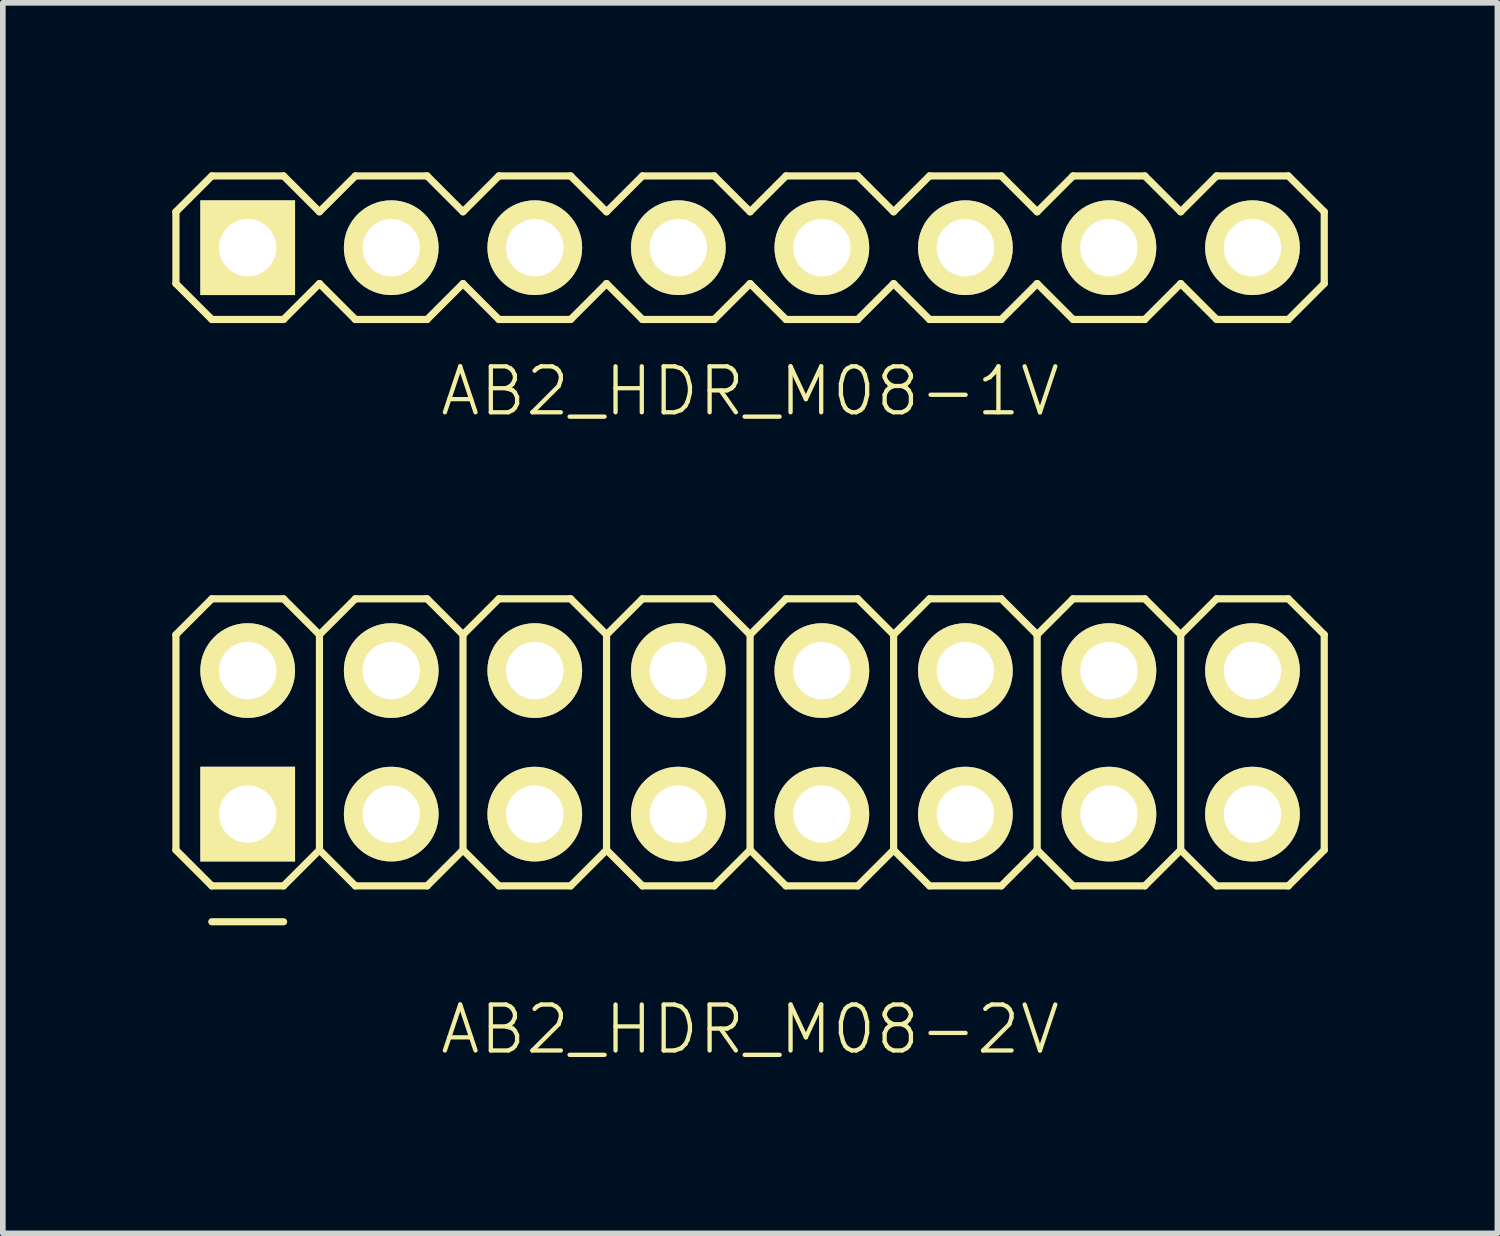
<source format=kicad_pcb>
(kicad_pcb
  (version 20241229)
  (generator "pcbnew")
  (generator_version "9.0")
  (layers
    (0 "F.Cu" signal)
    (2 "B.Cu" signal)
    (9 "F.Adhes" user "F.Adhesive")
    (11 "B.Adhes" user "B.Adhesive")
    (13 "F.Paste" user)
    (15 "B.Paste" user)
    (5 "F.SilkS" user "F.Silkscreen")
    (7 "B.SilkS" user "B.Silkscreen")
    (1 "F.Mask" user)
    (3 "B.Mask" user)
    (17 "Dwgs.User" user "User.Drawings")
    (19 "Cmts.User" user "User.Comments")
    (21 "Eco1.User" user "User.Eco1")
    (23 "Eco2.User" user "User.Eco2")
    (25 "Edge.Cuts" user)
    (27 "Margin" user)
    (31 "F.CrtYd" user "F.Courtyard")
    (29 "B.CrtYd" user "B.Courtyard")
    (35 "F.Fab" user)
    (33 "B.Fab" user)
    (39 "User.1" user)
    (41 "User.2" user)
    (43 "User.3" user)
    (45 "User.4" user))
  (footprint "AB2_HDR_M08-2V"
    (layer "F.Cu")
    (at 10.223 10.086)
    (property "Reference" "AB2_HDR_M08-2V" (at 0 5.08 0) (layer "F.SilkS") (effects (font (size 0.813 0.813) (thickness 0.076))))
    (attr through_hole)
    (fp_line (start -10.16 -1.905) (end -9.525 -2.54) (stroke (width 0.127) (type solid)) (layer "F.SilkS"))
    (fp_line (start -10.16 1.905) (end -10.16 -1.905) (stroke (width 0.127) (type solid)) (layer "F.SilkS"))
    (fp_line (start -9.525 -2.54) (end -8.255 -2.54) (stroke (width 0.127) (type solid)) (layer "F.SilkS"))
    (fp_line (start -9.525 2.54) (end -10.16 1.905) (stroke (width 0.127) (type solid)) (layer "F.SilkS"))
    (fp_line (start -9.525 3.175) (end -8.255 3.175) (stroke (width 0.127) (type solid)) (layer "F.SilkS"))
    (fp_line (start -8.255 -2.54) (end -7.62 -1.905) (stroke (width 0.127) (type solid)) (layer "F.SilkS"))
    (fp_line (start -8.255 2.54) (end -9.525 2.54) (stroke (width 0.127) (type solid)) (layer "F.SilkS"))
    (fp_line (start -7.62 -1.905) (end -7.62 1.905) (stroke (width 0.127) (type solid)) (layer "F.SilkS"))
    (fp_line (start -7.62 -1.905) (end -6.985 -2.54) (stroke (width 0.127) (type solid)) (layer "F.SilkS"))
    (fp_line (start -7.62 1.905) (end -8.255 2.54) (stroke (width 0.127) (type solid)) (layer "F.SilkS"))
    (fp_line (start -6.985 -2.54) (end -5.715 -2.54) (stroke (width 0.127) (type solid)) (layer "F.SilkS"))
    (fp_line (start -6.985 2.54) (end -7.62 1.905) (stroke (width 0.127) (type solid)) (layer "F.SilkS"))
    (fp_line (start -5.715 -2.54) (end -5.08 -1.905) (stroke (width 0.127) (type solid)) (layer "F.SilkS"))
    (fp_line (start -5.715 2.54) (end -6.985 2.54) (stroke (width 0.127) (type solid)) (layer "F.SilkS"))
    (fp_line (start -5.08 -1.905) (end -5.08 1.905) (stroke (width 0.127) (type solid)) (layer "F.SilkS"))
    (fp_line (start -5.08 -1.905) (end -4.445 -2.54) (stroke (width 0.127) (type solid)) (layer "F.SilkS"))
    (fp_line (start -5.08 1.905) (end -5.715 2.54) (stroke (width 0.127) (type solid)) (layer "F.SilkS"))
    (fp_line (start -4.445 -2.54) (end -3.175 -2.54) (stroke (width 0.127) (type solid)) (layer "F.SilkS"))
    (fp_line (start -4.445 2.54) (end -5.08 1.905) (stroke (width 0.127) (type solid)) (layer "F.SilkS"))
    (fp_line (start -3.175 -2.54) (end -2.54 -1.905) (stroke (width 0.127) (type solid)) (layer "F.SilkS"))
    (fp_line (start -3.175 2.54) (end -4.445 2.54) (stroke (width 0.127) (type solid)) (layer "F.SilkS"))
    (fp_line (start -2.54 -1.905) (end -2.54 1.905) (stroke (width 0.127) (type solid)) (layer "F.SilkS"))
    (fp_line (start -2.54 -1.905) (end -1.905 -2.54) (stroke (width 0.127) (type solid)) (layer "F.SilkS"))
    (fp_line (start -2.54 1.905) (end -3.175 2.54) (stroke (width 0.127) (type solid)) (layer "F.SilkS"))
    (fp_line (start -1.905 -2.54) (end -0.635 -2.54) (stroke (width 0.127) (type solid)) (layer "F.SilkS"))
    (fp_line (start -1.905 2.54) (end -2.54 1.905) (stroke (width 0.127) (type solid)) (layer "F.SilkS"))
    (fp_line (start -0.635 -2.54) (end 0 -1.905) (stroke (width 0.127) (type solid)) (layer "F.SilkS"))
    (fp_line (start -0.635 2.54) (end -1.905 2.54) (stroke (width 0.127) (type solid)) (layer "F.SilkS"))
    (fp_line (start 0 -1.905) (end 0 1.905) (stroke (width 0.127) (type solid)) (layer "F.SilkS"))
    (fp_line (start 0 -1.905) (end 0.635 -2.54) (stroke (width 0.127) (type solid)) (layer "F.SilkS"))
    (fp_line (start 0 1.905) (end -0.635 2.54) (stroke (width 0.127) (type solid)) (layer "F.SilkS"))
    (fp_line (start 0.635 -2.54) (end 1.905 -2.54) (stroke (width 0.127) (type solid)) (layer "F.SilkS"))
    (fp_line (start 0.635 2.54) (end 0 1.905) (stroke (width 0.127) (type solid)) (layer "F.SilkS"))
    (fp_line (start 1.905 -2.54) (end 2.54 -1.905) (stroke (width 0.127) (type solid)) (layer "F.SilkS"))
    (fp_line (start 1.905 2.54) (end 0.635 2.54) (stroke (width 0.127) (type solid)) (layer "F.SilkS"))
    (fp_line (start 2.54 -1.905) (end 2.54 1.905) (stroke (width 0.127) (type solid)) (layer "F.SilkS"))
    (fp_line (start 2.54 -1.905) (end 3.175 -2.54) (stroke (width 0.127) (type solid)) (layer "F.SilkS"))
    (fp_line (start 2.54 1.905) (end 1.905 2.54) (stroke (width 0.127) (type solid)) (layer "F.SilkS"))
    (fp_line (start 3.175 -2.54) (end 4.445 -2.54) (stroke (width 0.127) (type solid)) (layer "F.SilkS"))
    (fp_line (start 3.175 2.54) (end 2.54 1.905) (stroke (width 0.127) (type solid)) (layer "F.SilkS"))
    (fp_line (start 4.445 -2.54) (end 5.08 -1.905) (stroke (width 0.127) (type solid)) (layer "F.SilkS"))
    (fp_line (start 4.445 2.54) (end 3.175 2.54) (stroke (width 0.127) (type solid)) (layer "F.SilkS"))
    (fp_line (start 5.08 -1.905) (end 5.08 1.905) (stroke (width 0.127) (type solid)) (layer "F.SilkS"))
    (fp_line (start 5.08 -1.905) (end 5.715 -2.54) (stroke (width 0.127) (type solid)) (layer "F.SilkS"))
    (fp_line (start 5.08 1.905) (end 4.445 2.54) (stroke (width 0.127) (type solid)) (layer "F.SilkS"))
    (fp_line (start 5.715 -2.54) (end 6.985 -2.54) (stroke (width 0.127) (type solid)) (layer "F.SilkS"))
    (fp_line (start 5.715 2.54) (end 5.08 1.905) (stroke (width 0.127) (type solid)) (layer "F.SilkS"))
    (fp_line (start 6.985 -2.54) (end 7.62 -1.905) (stroke (width 0.127) (type solid)) (layer "F.SilkS"))
    (fp_line (start 6.985 2.54) (end 5.715 2.54) (stroke (width 0.127) (type solid)) (layer "F.SilkS"))
    (fp_line (start 7.62 -1.905) (end 7.62 1.905) (stroke (width 0.127) (type solid)) (layer "F.SilkS"))
    (fp_line (start 7.62 -1.905) (end 8.255 -2.54) (stroke (width 0.127) (type solid)) (layer "F.SilkS"))
    (fp_line (start 7.62 1.905) (end 6.985 2.54) (stroke (width 0.127) (type solid)) (layer "F.SilkS"))
    (fp_line (start 8.255 -2.54) (end 9.525 -2.54) (stroke (width 0.127) (type solid)) (layer "F.SilkS"))
    (fp_line (start 8.255 2.54) (end 7.62 1.905) (stroke (width 0.127) (type solid)) (layer "F.SilkS"))
    (fp_line (start 9.525 -2.54) (end 10.16 -1.905) (stroke (width 0.127) (type solid)) (layer "F.SilkS"))
    (fp_line (start 9.525 2.54) (end 8.255 2.54) (stroke (width 0.127) (type solid)) (layer "F.SilkS"))
    (fp_line (start 10.16 -1.905) (end 10.16 1.905) (stroke (width 0.127) (type solid)) (layer "F.SilkS"))
    (fp_line (start 10.16 1.905) (end 9.525 2.54) (stroke (width 0.127) (type solid)) (layer "F.SilkS"))
    (pad "1" thru_hole rect (at -8.89 1.27) (size 1.676 1.676) (drill 1.016) (layers "*.Cu" "*.Mask" "F.SilkS"))
    (pad "2" thru_hole circle (at -8.89 -1.27) (size 1.676 1.676) (drill 1.016) (layers "*.Cu" "*.Mask" "F.SilkS"))
    (pad "3" thru_hole circle (at -6.35 1.27) (size 1.676 1.676) (drill 1.016) (layers "*.Cu" "*.Mask" "F.SilkS"))
    (pad "4" thru_hole circle (at -6.35 -1.27) (size 1.676 1.676) (drill 1.016) (layers "*.Cu" "*.Mask" "F.SilkS"))
    (pad "5" thru_hole circle (at -3.81 1.27) (size 1.676 1.676) (drill 1.016) (layers "*.Cu" "*.Mask" "F.SilkS"))
    (pad "6" thru_hole circle (at -3.81 -1.27) (size 1.676 1.676) (drill 1.016) (layers "*.Cu" "*.Mask" "F.SilkS"))
    (pad "7" thru_hole circle (at -1.27 1.27) (size 1.676 1.676) (drill 1.016) (layers "*.Cu" "*.Mask" "F.SilkS"))
    (pad "8" thru_hole circle (at -1.27 -1.27) (size 1.676 1.676) (drill 1.016) (layers "*.Cu" "*.Mask" "F.SilkS"))
    (pad "9" thru_hole circle (at 1.27 1.27) (size 1.676 1.676) (drill 1.016) (layers "*.Cu" "*.Mask" "F.SilkS"))
    (pad "10" thru_hole circle (at 1.27 -1.27) (size 1.676 1.676) (drill 1.016) (layers "*.Cu" "*.Mask" "F.SilkS"))
    (pad "11" thru_hole circle (at 3.81 1.27) (size 1.676 1.676) (drill 1.016) (layers "*.Cu" "*.Mask" "F.SilkS"))
    (pad "12" thru_hole circle (at 3.81 -1.27) (size 1.676 1.676) (drill 1.016) (layers "*.Cu" "*.Mask" "F.SilkS"))
    (pad "13" thru_hole circle (at 6.35 1.27) (size 1.676 1.676) (drill 1.016) (layers "*.Cu" "*.Mask" "F.SilkS"))
    (pad "14" thru_hole circle (at 6.35 -1.27) (size 1.676 1.676) (drill 1.016) (layers "*.Cu" "*.Mask" "F.SilkS"))
    (pad "15" thru_hole circle (at 8.89 1.27) (size 1.676 1.676) (drill 1.016) (layers "*.Cu" "*.Mask" "F.SilkS"))
    (pad "16" thru_hole circle (at 8.89 -1.27) (size 1.676 1.676) (drill 1.016) (layers "*.Cu" "*.Mask" "F.SilkS")))
  (footprint "AB2_HDR_M08-1V"
    (layer "F.Cu")
    (at 10.223 1.333)
    (property "Reference" "AB2_HDR_M08-1V" (at 0 2.54 0) (layer "F.SilkS") (effects (font (size 0.813 0.813) (thickness 0.076))))
    (attr through_hole)
    (fp_line (start -10.16 -0.635) (end -9.525 -1.27) (stroke (width 0.127) (type solid)) (layer "F.SilkS"))
    (fp_line (start -10.16 0.635) (end -10.16 -0.635) (stroke (width 0.127) (type solid)) (layer "F.SilkS"))
    (fp_line (start -9.525 -1.27) (end -8.255 -1.27) (stroke (width 0.127) (type solid)) (layer "F.SilkS"))
    (fp_line (start -9.525 1.27) (end -10.16 0.635) (stroke (width 0.127) (type solid)) (layer "F.SilkS"))
    (fp_line (start -8.255 -1.27) (end -7.62 -0.635) (stroke (width 0.127) (type solid)) (layer "F.SilkS"))
    (fp_line (start -8.255 1.27) (end -9.525 1.27) (stroke (width 0.127) (type solid)) (layer "F.SilkS"))
    (fp_line (start -7.62 -0.635) (end -6.985 -1.27) (stroke (width 0.127) (type solid)) (layer "F.SilkS"))
    (fp_line (start -7.62 0.635) (end -8.255 1.27) (stroke (width 0.127) (type solid)) (layer "F.SilkS"))
    (fp_line (start -6.985 -1.27) (end -5.715 -1.27) (stroke (width 0.127) (type solid)) (layer "F.SilkS"))
    (fp_line (start -6.985 1.27) (end -7.62 0.635) (stroke (width 0.127) (type solid)) (layer "F.SilkS"))
    (fp_line (start -5.715 -1.27) (end -5.08 -0.635) (stroke (width 0.127) (type solid)) (layer "F.SilkS"))
    (fp_line (start -5.715 1.27) (end -6.985 1.27) (stroke (width 0.127) (type solid)) (layer "F.SilkS"))
    (fp_line (start -5.08 -0.635) (end -4.445 -1.27) (stroke (width 0.127) (type solid)) (layer "F.SilkS"))
    (fp_line (start -5.08 0.635) (end -5.715 1.27) (stroke (width 0.127) (type solid)) (layer "F.SilkS"))
    (fp_line (start -4.445 -1.27) (end -3.175 -1.27) (stroke (width 0.127) (type solid)) (layer "F.SilkS"))
    (fp_line (start -4.445 1.27) (end -5.08 0.635) (stroke (width 0.127) (type solid)) (layer "F.SilkS"))
    (fp_line (start -3.175 -1.27) (end -2.54 -0.635) (stroke (width 0.127) (type solid)) (layer "F.SilkS"))
    (fp_line (start -3.175 1.27) (end -4.445 1.27) (stroke (width 0.127) (type solid)) (layer "F.SilkS"))
    (fp_line (start -2.54 -0.635) (end -1.905 -1.27) (stroke (width 0.127) (type solid)) (layer "F.SilkS"))
    (fp_line (start -2.54 0.635) (end -3.175 1.27) (stroke (width 0.127) (type solid)) (layer "F.SilkS"))
    (fp_line (start -1.905 -1.27) (end -0.635 -1.27) (stroke (width 0.127) (type solid)) (layer "F.SilkS"))
    (fp_line (start -1.905 1.27) (end -2.54 0.635) (stroke (width 0.127) (type solid)) (layer "F.SilkS"))
    (fp_line (start -0.635 -1.27) (end 0 -0.635) (stroke (width 0.127) (type solid)) (layer "F.SilkS"))
    (fp_line (start -0.635 1.27) (end -1.905 1.27) (stroke (width 0.127) (type solid)) (layer "F.SilkS"))
    (fp_line (start 0 -0.635) (end 0.635 -1.27) (stroke (width 0.127) (type solid)) (layer "F.SilkS"))
    (fp_line (start 0 0.635) (end -0.635 1.27) (stroke (width 0.127) (type solid)) (layer "F.SilkS"))
    (fp_line (start 0.635 -1.27) (end 1.905 -1.27) (stroke (width 0.127) (type solid)) (layer "F.SilkS"))
    (fp_line (start 0.635 1.27) (end 0 0.635) (stroke (width 0.127) (type solid)) (layer "F.SilkS"))
    (fp_line (start 1.905 -1.27) (end 2.54 -0.635) (stroke (width 0.127) (type solid)) (layer "F.SilkS"))
    (fp_line (start 1.905 1.27) (end 0.635 1.27) (stroke (width 0.127) (type solid)) (layer "F.SilkS"))
    (fp_line (start 2.54 -0.635) (end 3.175 -1.27) (stroke (width 0.127) (type solid)) (layer "F.SilkS"))
    (fp_line (start 2.54 0.635) (end 1.905 1.27) (stroke (width 0.127) (type solid)) (layer "F.SilkS"))
    (fp_line (start 3.175 -1.27) (end 4.445 -1.27) (stroke (width 0.127) (type solid)) (layer "F.SilkS"))
    (fp_line (start 3.175 1.27) (end 2.54 0.635) (stroke (width 0.127) (type solid)) (layer "F.SilkS"))
    (fp_line (start 4.445 -1.27) (end 5.08 -0.635) (stroke (width 0.127) (type solid)) (layer "F.SilkS"))
    (fp_line (start 4.445 1.27) (end 3.175 1.27) (stroke (width 0.127) (type solid)) (layer "F.SilkS"))
    (fp_line (start 5.08 -0.635) (end 5.715 -1.27) (stroke (width 0.127) (type solid)) (layer "F.SilkS"))
    (fp_line (start 5.08 0.635) (end 4.445 1.27) (stroke (width 0.127) (type solid)) (layer "F.SilkS"))
    (fp_line (start 5.715 -1.27) (end 6.985 -1.27) (stroke (width 0.127) (type solid)) (layer "F.SilkS"))
    (fp_line (start 5.715 1.27) (end 5.08 0.635) (stroke (width 0.127) (type solid)) (layer "F.SilkS"))
    (fp_line (start 6.985 -1.27) (end 7.62 -0.635) (stroke (width 0.127) (type solid)) (layer "F.SilkS"))
    (fp_line (start 6.985 1.27) (end 5.715 1.27) (stroke (width 0.127) (type solid)) (layer "F.SilkS"))
    (fp_line (start 7.62 -0.635) (end 8.255 -1.27) (stroke (width 0.127) (type solid)) (layer "F.SilkS"))
    (fp_line (start 7.62 0.635) (end 6.985 1.27) (stroke (width 0.127) (type solid)) (layer "F.SilkS"))
    (fp_line (start 8.255 -1.27) (end 9.525 -1.27) (stroke (width 0.127) (type solid)) (layer "F.SilkS"))
    (fp_line (start 8.255 1.27) (end 7.62 0.635) (stroke (width 0.127) (type solid)) (layer "F.SilkS"))
    (fp_line (start 9.525 -1.27) (end 10.16 -0.635) (stroke (width 0.127) (type solid)) (layer "F.SilkS"))
    (fp_line (start 9.525 1.27) (end 8.255 1.27) (stroke (width 0.127) (type solid)) (layer "F.SilkS"))
    (fp_line (start 10.16 -0.635) (end 10.16 0.635) (stroke (width 0.127) (type solid)) (layer "F.SilkS"))
    (fp_line (start 10.16 0.635) (end 9.525 1.27) (stroke (width 0.127) (type solid)) (layer "F.SilkS"))
    (pad "1" thru_hole rect (at -8.89 0) (size 1.676 1.676) (drill 1.016) (layers "*.Cu" "*.Mask" "F.SilkS"))
    (pad "2" thru_hole circle (at -6.35 0) (size 1.676 1.676) (drill 1.016) (layers "*.Cu" "*.Mask" "F.SilkS"))
    (pad "3" thru_hole circle (at -3.81 0) (size 1.676 1.676) (drill 1.016) (layers "*.Cu" "*.Mask" "F.SilkS"))
    (pad "4" thru_hole circle (at -1.27 0) (size 1.676 1.676) (drill 1.016) (layers "*.Cu" "*.Mask" "F.SilkS"))
    (pad "5" thru_hole circle (at 1.27 0) (size 1.676 1.676) (drill 1.016) (layers "*.Cu" "*.Mask" "F.SilkS"))
    (pad "6" thru_hole circle (at 3.81 0) (size 1.676 1.676) (drill 1.016) (layers "*.Cu" "*.Mask" "F.SilkS"))
    (pad "7" thru_hole circle (at 6.35 0) (size 1.676 1.676) (drill 1.016) (layers "*.Cu" "*.Mask" "F.SilkS"))
    (pad "8" thru_hole circle (at 8.89 0) (size 1.676 1.676) (drill 1.016) (layers "*.Cu" "*.Mask" "F.SilkS")))
  (gr_rect
    (start -3 -3)
    (end 23.447 18.775)
    (stroke (width 0.1) (type default))
    (fill no)
    (layer "Edge.Cuts")))
</source>
